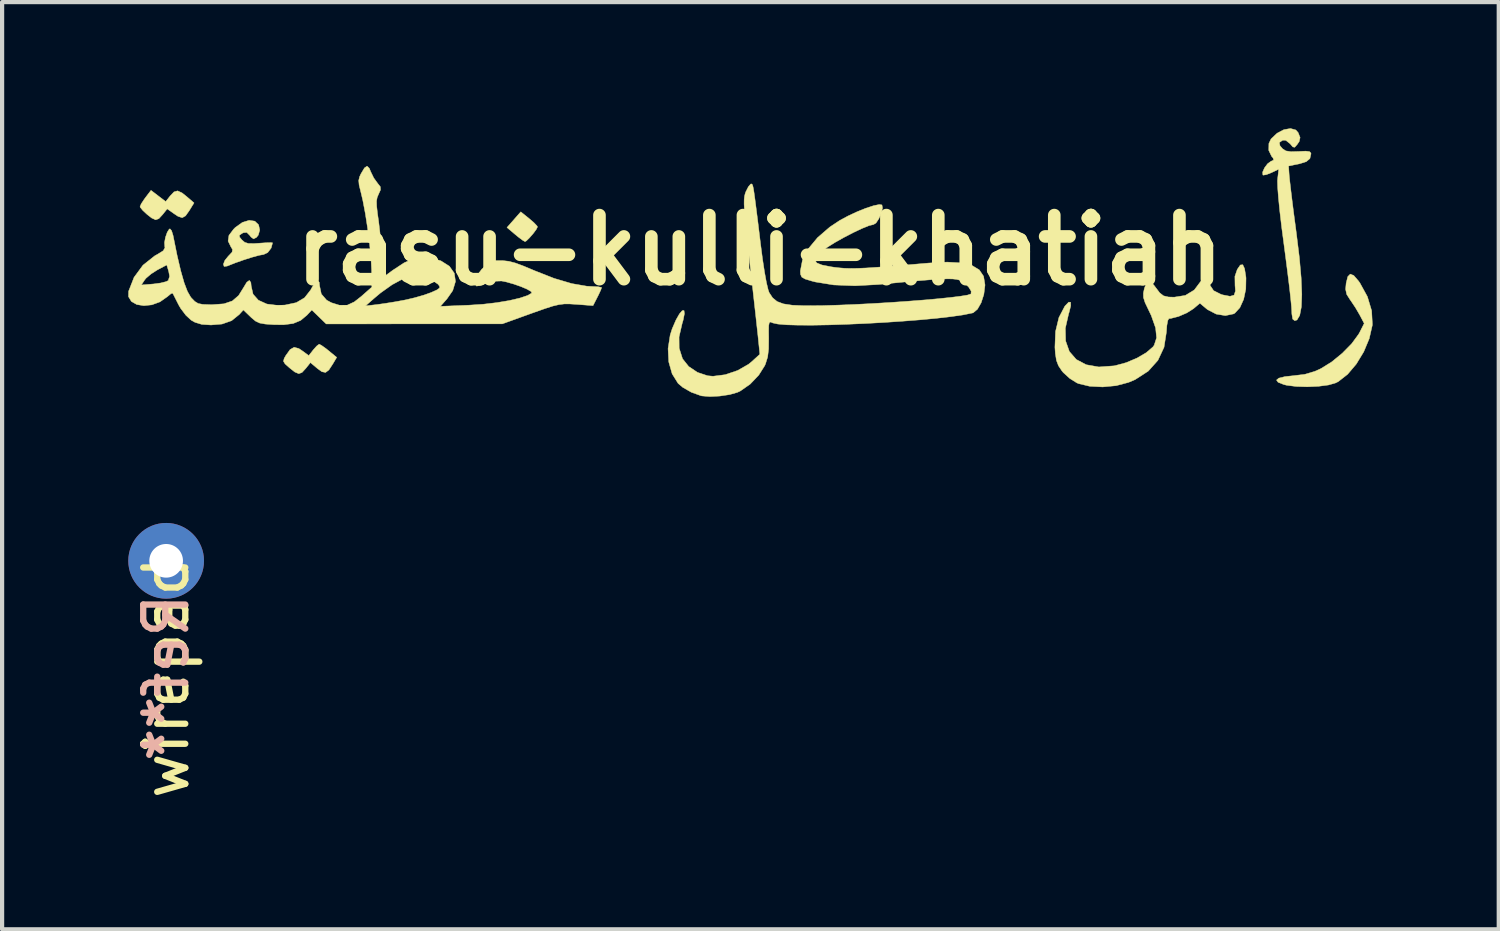
<source format=kicad_pcb>
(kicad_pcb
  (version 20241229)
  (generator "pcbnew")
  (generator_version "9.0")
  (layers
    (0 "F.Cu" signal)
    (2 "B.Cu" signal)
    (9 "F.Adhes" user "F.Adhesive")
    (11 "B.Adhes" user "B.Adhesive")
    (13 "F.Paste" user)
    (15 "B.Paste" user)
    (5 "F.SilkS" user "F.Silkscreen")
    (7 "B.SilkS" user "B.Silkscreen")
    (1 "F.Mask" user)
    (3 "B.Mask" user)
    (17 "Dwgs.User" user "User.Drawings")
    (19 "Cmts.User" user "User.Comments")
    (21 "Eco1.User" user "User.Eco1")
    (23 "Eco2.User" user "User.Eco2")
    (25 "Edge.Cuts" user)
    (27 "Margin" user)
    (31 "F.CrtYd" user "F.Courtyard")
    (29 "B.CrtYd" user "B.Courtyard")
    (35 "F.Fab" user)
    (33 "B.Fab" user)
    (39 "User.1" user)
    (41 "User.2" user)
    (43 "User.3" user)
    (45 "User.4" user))
  (footprint "wirepad"
    (layer "F.Cu")
    (at 0.9 10.283)
    (property "Reference" "wirepad" (at 0 2.778 90) (layer "F.SilkS") (effects (font (size 1 1) (thickness 0.15))))
    (attr through_hole)
    (fp_text user "Ref**" (at 0 2.778 90) (layer "B.SilkS") (effects (font (size 1 1) (thickness 0.15)) (justify mirror)))
    (pad "1" thru_hole circle (at 0 0) (size 1.8 1.8) (drill 0.8) (layers "*.Cu" "*.Mask")))
  (footprint "rasu-kulli-khatiah"
    (layer "F.Cu")
    (at 15.012 2.898)
    (property "Reference" "rasu-kulli-khatiah" (at 0 0 0) (layer "F.SilkS") (effects (font (size 1.524 1.524) (thickness 0.3))))
    (attr through_hole)
    (fp_poly (pts (xy -5.482 -0.752) (xy -5.368 -0.654) (xy -5.296 -0.578) (xy -5.283 -0.554) (xy -5.314 -0.492) (xy -5.387 -0.394) (xy -5.475 -0.293) (xy -5.55 -0.22) (xy -5.58 -0.204) (xy -5.635 -0.235) (xy -5.738 -0.312) (xy -5.811 -0.372) (xy -6.009 -0.539) (xy -5.681 -0.912) (xy -5.482 -0.752)) (stroke (width 0.01) (type solid)) (fill yes) (layer "F.SilkS"))
    (fp_poly (pts (xy -14.297 -1.289) (xy -14.122 -1.156) (xy -14.017 -1.289) (xy -13.925 -1.386) (xy -13.84 -1.411) (xy -13.734 -1.362) (xy -13.621 -1.272) (xy -13.449 -1.125) (xy -13.561 -0.943) (xy -13.651 -0.816) (xy -13.73 -0.772) (xy -13.83 -0.805) (xy -13.932 -0.873) (xy -14.087 -0.983) (xy -14.196 -0.847) (xy -14.285 -0.75) (xy -14.362 -0.722) (xy -14.456 -0.765) (xy -14.567 -0.852) (xy -14.67 -0.948) (xy -14.728 -1.021) (xy -14.732 -1.037) (xy -14.704 -1.103) (xy -14.632 -1.212) (xy -14.602 -1.253) (xy -14.472 -1.423) (xy -14.297 -1.289)) (stroke (width 0.01) (type solid)) (fill yes) (layer "F.SilkS"))
    (fp_poly (pts (xy -10.416 2.265) (xy -10.311 2.34) (xy -10.247 2.392) (xy -10.057 2.548) (xy -10.147 2.7) (xy -10.243 2.847) (xy -10.322 2.907) (xy -10.41 2.889) (xy -10.517 2.811) (xy -10.682 2.672) (xy -10.791 2.809) (xy -10.881 2.907) (xy -10.959 2.936) (xy -11.054 2.896) (xy -11.178 2.798) (xy -11.284 2.704) (xy -11.323 2.64) (xy -11.305 2.571) (xy -11.268 2.506) (xy -11.165 2.362) (xy -11.069 2.308) (xy -10.958 2.338) (xy -10.881 2.389) (xy -10.721 2.506) (xy -10.615 2.371) (xy -10.533 2.279) (xy -10.476 2.236) (xy -10.473 2.235) (xy -10.416 2.265)) (stroke (width 0.01) (type solid)) (fill yes) (layer "F.SilkS"))
    (fp_poly (pts (xy 14.123 0.602) (xy 14.236 0.733) (xy 14.268 0.778) (xy 14.447 1.104) (xy 14.548 1.44) (xy 14.565 1.761) (xy 14.563 1.788) (xy 14.491 2.102) (xy 14.36 2.416) (xy 14.183 2.707) (xy 13.976 2.951) (xy 13.755 3.124) (xy 13.691 3.156) (xy 13.521 3.205) (xy 13.285 3.236) (xy 13.018 3.248) (xy 12.754 3.24) (xy 12.527 3.211) (xy 12.459 3.194) (xy 12.324 3.14) (xy 12.286 3.088) (xy 12.341 3.042) (xy 12.485 3.006) (xy 12.671 2.986) (xy 12.956 2.952) (xy 13.196 2.881) (xy 13.342 2.815) (xy 13.597 2.657) (xy 13.85 2.45) (xy 14.074 2.222) (xy 14.239 1.997) (xy 14.266 1.948) (xy 14.371 1.741) (xy 14.267 1.544) (xy 14.166 1.37) (xy 14.053 1.201) (xy 14.036 1.178) (xy 13.955 1.05) (xy 13.929 0.928) (xy 13.942 0.784) (xy 13.981 0.628) (xy 14.04 0.568) (xy 14.123 0.602)) (stroke (width 0.01) (type solid)) (fill yes) (layer "F.SilkS"))
    (fp_poly (pts (xy -12.004 -0.69) (xy -11.914 -0.604) (xy -11.887 -0.479) (xy -11.921 -0.359) (xy -11.966 -0.303) (xy -12.034 -0.269) (xy -12.095 -0.313) (xy -12.121 -0.348) (xy -12.194 -0.422) (xy -12.274 -0.416) (xy -12.301 -0.403) (xy -12.37 -0.357) (xy -12.365 -0.31) (xy -12.311 -0.244) (xy -12.244 -0.187) (xy -12.158 -0.16) (xy -12.02 -0.158) (xy -11.9 -0.166) (xy -11.736 -0.177) (xy -11.621 -0.18) (xy -11.582 -0.175) (xy -11.616 -0.05) (xy -11.697 0.056) (xy -11.795 0.103) (xy -11.797 0.103) (xy -11.899 0.121) (xy -12.065 0.166) (xy -12.266 0.23) (xy -12.47 0.302) (xy -12.649 0.373) (xy -12.662 0.378) (xy -12.734 0.387) (xy -12.751 0.333) (xy -12.716 0.243) (xy -12.631 0.138) (xy -12.625 0.133) (xy -12.544 0.046) (xy -12.534 -0.017) (xy -12.573 -0.081) (xy -12.639 -0.217) (xy -12.619 -0.352) (xy -12.508 -0.5) (xy -12.468 -0.54) (xy -12.3 -0.66) (xy -12.139 -0.71) (xy -12.004 -0.69)) (stroke (width 0.01) (type solid)) (fill yes) (layer "F.SilkS"))
    (fp_poly (pts (xy 12.745 -2.858) (xy 12.8 -2.797) (xy 12.847 -2.679) (xy 12.826 -2.584) (xy 12.777 -2.512) (xy 12.719 -2.447) (xy 12.673 -2.455) (xy 12.61 -2.53) (xy 12.505 -2.614) (xy 12.431 -2.613) (xy 12.354 -2.56) (xy 12.368 -2.484) (xy 12.43 -2.411) (xy 12.508 -2.361) (xy 12.629 -2.342) (xy 12.811 -2.347) (xy 12.98 -2.355) (xy 13.071 -2.344) (xy 13.104 -2.309) (xy 13.106 -2.289) (xy 13.08 -2.178) (xy 12.994 -2.105) (xy 12.829 -2.053) (xy 12.802 -2.048) (xy 12.573 -2.002) (xy 12.588 -1.776) (xy 12.6 -1.659) (xy 12.623 -1.461) (xy 12.655 -1.197) (xy 12.694 -0.888) (xy 12.739 -0.55) (xy 12.758 -0.406) (xy 12.829 0.171) (xy 12.872 0.656) (xy 12.888 1.049) (xy 12.877 1.348) (xy 12.838 1.551) (xy 12.773 1.659) (xy 12.72 1.676) (xy 12.671 1.638) (xy 12.651 1.516) (xy 12.649 1.453) (xy 12.642 1.343) (xy 12.623 1.148) (xy 12.594 0.885) (xy 12.555 0.57) (xy 12.51 0.219) (xy 12.467 -0.109) (xy 12.41 -0.54) (xy 12.365 -0.921) (xy 12.333 -1.241) (xy 12.314 -1.488) (xy 12.309 -1.651) (xy 12.312 -1.687) (xy 12.339 -1.926) (xy 12.165 -1.843) (xy 12.046 -1.796) (xy 11.97 -1.784) (xy 11.962 -1.788) (xy 11.956 -1.855) (xy 12.001 -1.957) (xy 12.074 -2.055) (xy 12.152 -2.112) (xy 12.153 -2.112) (xy 12.219 -2.143) (xy 12.204 -2.192) (xy 12.17 -2.231) (xy 12.102 -2.373) (xy 12.105 -2.537) (xy 12.156 -2.644) (xy 12.299 -2.78) (xy 12.461 -2.865) (xy 12.618 -2.893) (xy 12.745 -2.858)) (stroke (width 0.01) (type solid)) (fill yes) (layer "F.SilkS"))
    (fp_poly (pts (xy 11.527 0.438) (xy 11.558 0.631) (xy 11.561 0.666) (xy 11.556 0.926) (xy 11.505 1.168) (xy 11.415 1.367) (xy 11.296 1.496) (xy 11.266 1.514) (xy 11.07 1.555) (xy 10.852 1.519) (xy 10.646 1.412) (xy 10.614 1.386) (xy 10.465 1.261) (xy 10.311 1.391) (xy 10.153 1.491) (xy 9.958 1.575) (xy 9.775 1.622) (xy 9.728 1.626) (xy 9.701 1.673) (xy 9.679 1.794) (xy 9.668 1.951) (xy 9.612 2.308) (xy 9.467 2.618) (xy 9.237 2.875) (xy 8.926 3.076) (xy 8.768 3.143) (xy 8.474 3.221) (xy 8.154 3.251) (xy 7.844 3.235) (xy 7.58 3.172) (xy 7.538 3.154) (xy 7.372 3.05) (xy 7.217 2.909) (xy 7.183 2.868) (xy 7.102 2.746) (xy 7.054 2.62) (xy 7.028 2.454) (xy 7.018 2.307) (xy 7.033 1.932) (xy 7.113 1.601) (xy 7.252 1.334) (xy 7.262 1.322) (xy 7.346 1.235) (xy 7.391 1.238) (xy 7.394 1.323) (xy 7.354 1.483) (xy 7.346 1.505) (xy 7.266 1.855) (xy 7.273 2.158) (xy 7.361 2.408) (xy 7.526 2.598) (xy 7.762 2.723) (xy 8.062 2.776) (xy 8.422 2.75) (xy 8.452 2.744) (xy 8.714 2.673) (xy 8.969 2.565) (xy 9.19 2.436) (xy 9.347 2.301) (xy 9.378 2.259) (xy 9.435 2.083) (xy 9.412 1.849) (xy 9.309 1.555) (xy 9.243 1.417) (xy 9.161 1.245) (xy 9.123 1.125) (xy 9.121 1.021) (xy 9.144 0.913) (xy 9.188 0.787) (xy 9.232 0.717) (xy 9.244 0.711) (xy 9.299 0.749) (xy 9.381 0.844) (xy 9.405 0.876) (xy 9.509 1.014) (xy 9.6 1.085) (xy 9.719 1.113) (xy 9.855 1.117) (xy 10.119 1.075) (xy 10.331 0.946) (xy 10.494 0.729) (xy 10.513 0.691) (xy 10.584 0.558) (xy 10.643 0.473) (xy 10.664 0.457) (xy 10.729 0.489) (xy 10.734 0.592) (xy 10.715 0.674) (xy 10.707 0.837) (xy 10.791 0.962) (xy 10.969 1.051) (xy 11.01 1.063) (xy 11.181 1.096) (xy 11.278 1.068) (xy 11.31 0.97) (xy 11.3 0.839) (xy 11.297 0.622) (xy 11.353 0.458) (xy 11.426 0.352) (xy 11.484 0.346) (xy 11.527 0.438)) (stroke (width 0.01) (type solid)) (fill yes) (layer "F.SilkS"))
    (fp_poly (pts (xy -0.191 -1.574) (xy -0.178 -1.563) (xy -0.165 -1.531) (xy -0.151 -1.468) (xy -0.134 -1.362) (xy -0.112 -1.203) (xy -0.083 -0.979) (xy -0.045 -0.68) (xy 0.002 -0.294) (xy 0.02 -0.147) (xy 0.067 0.213) (xy 0.115 0.525) (xy 0.16 0.772) (xy 0.201 0.943) (xy 0.224 1.008) (xy 0.306 1.132) (xy 0.413 1.22) (xy 0.563 1.276) (xy 0.774 1.308) (xy 1.062 1.32) (xy 1.179 1.32) (xy 1.5 1.317) (xy 1.865 1.306) (xy 2.26 1.29) (xy 2.672 1.269) (xy 3.088 1.244) (xy 3.496 1.216) (xy 3.881 1.186) (xy 4.232 1.155) (xy 4.534 1.124) (xy 4.775 1.094) (xy 4.941 1.067) (xy 5.02 1.041) (xy 5.023 1.04) (xy 5.027 0.974) (xy 4.969 0.879) (xy 4.874 0.784) (xy 4.764 0.717) (xy 4.746 0.71) (xy 4.68 0.694) (xy 4.592 0.684) (xy 4.471 0.681) (xy 4.308 0.687) (xy 4.09 0.7) (xy 3.807 0.723) (xy 3.449 0.755) (xy 3.005 0.798) (xy 2.819 0.816) (xy 2.265 0.846) (xy 1.759 0.826) (xy 1.321 0.755) (xy 1.232 0.732) (xy 1.078 0.685) (xy 0.999 0.639) (xy 0.97 0.574) (xy 0.966 0.494) (xy 1.016 0.234) (xy 1.156 -0.035) (xy 1.376 -0.3) (xy 1.667 -0.551) (xy 1.899 -0.705) (xy 2.098 -0.813) (xy 2.313 -0.913) (xy 2.523 -0.998) (xy 2.707 -1.058) (xy 2.843 -1.086) (xy 2.906 -1.076) (xy 2.919 -1.001) (xy 2.89 -0.88) (xy 2.833 -0.75) (xy 2.765 -0.647) (xy 2.705 -0.61) (xy 2.601 -0.585) (xy 2.433 -0.517) (xy 2.227 -0.42) (xy 2.005 -0.305) (xy 1.791 -0.185) (xy 1.609 -0.071) (xy 1.482 0.024) (xy 1.478 0.027) (xy 1.36 0.147) (xy 1.316 0.237) (xy 1.354 0.302) (xy 1.479 0.352) (xy 1.697 0.395) (xy 1.772 0.406) (xy 1.892 0.42) (xy 2.015 0.43) (xy 2.155 0.434) (xy 2.322 0.432) (xy 2.53 0.423) (xy 2.79 0.406) (xy 3.114 0.382) (xy 3.514 0.349) (xy 4.003 0.307) (xy 4.028 0.305) (xy 4.455 0.283) (xy 4.792 0.302) (xy 5.046 0.363) (xy 5.22 0.468) (xy 5.322 0.62) (xy 5.355 0.82) (xy 5.355 0.839) (xy 5.328 1.053) (xy 5.264 1.25) (xy 5.176 1.404) (xy 5.075 1.488) (xy 5.061 1.492) (xy 4.846 1.536) (xy 4.558 1.578) (xy 4.213 1.618) (xy 3.821 1.655) (xy 3.398 1.688) (xy 2.956 1.718) (xy 2.507 1.743) (xy 2.066 1.762) (xy 1.646 1.776) (xy 1.259 1.783) (xy 0.919 1.782) (xy 0.639 1.774) (xy 0.432 1.756) (xy 0.311 1.73) (xy 0.303 1.726) (xy 0.256 1.707) (xy 0.227 1.724) (xy 0.214 1.793) (xy 0.212 1.934) (xy 0.214 2.094) (xy 0.211 2.349) (xy 0.188 2.539) (xy 0.138 2.7) (xy 0.12 2.743) (xy -0.024 2.971) (xy -0.227 3.184) (xy -0.456 3.344) (xy -0.53 3.38) (xy -0.716 3.433) (xy -0.949 3.468) (xy -1.183 3.48) (xy -1.373 3.465) (xy -1.397 3.46) (xy -1.627 3.377) (xy -1.831 3.26) (xy -1.941 3.166) (xy -2.082 2.94) (xy -2.163 2.656) (xy -2.179 2.34) (xy -2.129 2.017) (xy -2.082 1.869) (xy -1.991 1.659) (xy -1.908 1.513) (xy -1.842 1.437) (xy -1.8 1.434) (xy -1.79 1.508) (xy -1.821 1.664) (xy -1.845 1.745) (xy -1.918 2.062) (xy -1.915 2.331) (xy -1.838 2.573) (xy -1.831 2.587) (xy -1.688 2.766) (xy -1.48 2.905) (xy -1.24 2.985) (xy -1.111 2.997) (xy -0.82 2.96) (xy -0.523 2.859) (xy -0.266 2.712) (xy -0.198 2.657) (xy 0.003 2.474) (xy -0.029 2.164) (xy -0.042 2.035) (xy -0.066 1.82) (xy -0.097 1.536) (xy -0.135 1.198) (xy -0.177 0.823) (xy -0.222 0.425) (xy -0.233 0.323) (xy -0.282 -0.115) (xy -0.32 -0.463) (xy -0.346 -0.734) (xy -0.363 -0.94) (xy -0.371 -1.093) (xy -0.37 -1.204) (xy -0.361 -1.286) (xy -0.345 -1.35) (xy -0.329 -1.392) (xy -0.27 -1.508) (xy -0.216 -1.571) (xy -0.206 -1.575) (xy -0.191 -1.574)) (stroke (width 0.01) (type solid)) (fill yes) (layer "F.SilkS"))
    (fp_poly (pts (xy -9.282 -1.947) (xy -9.25 -1.869) (xy -9.176 -1.717) (xy -9.088 -1.595) (xy -9.02 -1.509) (xy -9.016 -1.433) (xy -9.06 -1.336) (xy -9.094 -1.257) (xy -9.11 -1.169) (xy -9.107 -1.048) (xy -9.087 -0.87) (xy -9.06 -0.683) (xy -9.027 -0.402) (xy -9.006 -0.096) (xy -8.999 0.182) (xy -9.001 0.257) (xy -9.017 0.692) (xy -8.724 0.477) (xy -8.451 0.298) (xy -8.214 0.195) (xy -7.993 0.163) (xy -7.863 0.174) (xy -7.58 0.253) (xy -7.378 0.381) (xy -7.261 0.548) (xy -7.233 0.744) (xy -7.299 0.961) (xy -7.435 1.156) (xy -7.592 1.335) (xy -6.908 1.307) (xy -6.575 1.285) (xy -6.251 1.247) (xy -5.953 1.197) (xy -5.701 1.138) (xy -5.514 1.075) (xy -5.418 1.018) (xy -5.437 0.981) (xy -5.531 0.927) (xy -5.676 0.865) (xy -5.848 0.805) (xy -6.024 0.755) (xy -6.137 0.732) (xy -6.392 0.741) (xy -6.524 0.783) (xy -6.663 0.839) (xy -6.731 0.854) (xy -6.754 0.821) (xy -6.756 0.736) (xy -6.756 0.732) (xy -6.714 0.594) (xy -6.606 0.449) (xy -6.463 0.327) (xy -6.315 0.256) (xy -6.266 0.248) (xy -6.109 0.248) (xy -5.966 0.264) (xy -5.812 0.304) (xy -5.62 0.375) (xy -5.363 0.483) (xy -5.356 0.486) (xy -4.888 0.67) (xy -4.469 0.794) (xy -4.11 0.856) (xy -3.975 0.863) (xy -3.843 0.869) (xy -3.767 0.884) (xy -3.759 0.891) (xy -3.78 0.949) (xy -3.833 1.063) (xy -3.861 1.118) (xy -3.963 1.318) (xy -4.356 1.288) (xy -4.516 1.278) (xy -4.648 1.278) (xy -4.775 1.294) (xy -4.922 1.329) (xy -5.111 1.39) (xy -5.366 1.48) (xy -5.436 1.505) (xy -6.121 1.752) (xy -8.214 1.752) (xy -10.307 1.753) (xy -10.649 1.421) (xy -10.765 1.545) (xy -10.915 1.67) (xy -11.092 1.743) (xy -11.322 1.773) (xy -11.554 1.77) (xy -11.756 1.756) (xy -11.889 1.732) (xy -11.987 1.686) (xy -12.081 1.608) (xy -12.105 1.585) (xy -12.276 1.42) (xy -12.373 1.528) (xy -12.556 1.676) (xy -12.784 1.756) (xy -13.046 1.778) (xy -13.264 1.764) (xy -13.426 1.715) (xy -13.518 1.663) (xy -13.643 1.547) (xy -13.767 1.383) (xy -13.801 1.324) (xy -9.373 1.324) (xy -9.093 1.292) (xy -8.896 1.264) (xy -8.654 1.225) (xy -8.433 1.184) (xy -8.205 1.131) (xy -7.979 1.066) (xy -7.809 1.005) (xy -7.67 0.942) (xy -7.61 0.897) (xy -7.614 0.853) (xy -7.65 0.808) (xy -7.804 0.701) (xy -8.014 0.634) (xy -8.242 0.62) (xy -8.287 0.624) (xy -8.493 0.687) (xy -8.741 0.821) (xy -9.015 1.016) (xy -9.169 1.145) (xy -9.373 1.324) (xy -13.801 1.324) (xy -13.818 1.294) (xy -13.89 1.152) (xy -13.941 1.051) (xy -13.958 1.02) (xy -13.999 1.035) (xy -14.08 1.102) (xy -14.085 1.106) (xy -14.26 1.229) (xy -14.452 1.299) (xy -14.642 1.319) (xy -14.81 1.292) (xy -14.938 1.219) (xy -15.007 1.105) (xy -15.005 0.977) (xy -14.946 0.827) (xy -14.703 0.827) (xy -14.411 0.803) (xy -14.242 0.78) (xy -14.111 0.747) (xy -14.062 0.722) (xy -14.03 0.622) (xy -14.051 0.507) (xy -14.097 0.35) (xy -14.32 0.468) (xy -14.47 0.564) (xy -14.591 0.667) (xy -14.623 0.707) (xy -14.703 0.827) (xy -14.946 0.827) (xy -14.875 0.645) (xy -14.663 0.357) (xy -14.384 0.135) (xy -14.309 0.093) (xy -14.18 0.012) (xy -14.14 -0.061) (xy -14.145 -0.087) (xy -14.151 -0.18) (xy -14.128 -0.306) (xy -14.086 -0.426) (xy -14.039 -0.5) (xy -14.021 -0.508) (xy -13.983 -0.464) (xy -13.949 -0.356) (xy -13.946 -0.343) (xy -13.852 0.121) (xy -13.765 0.491) (xy -13.684 0.775) (xy -13.606 0.98) (xy -13.529 1.114) (xy -13.512 1.135) (xy -13.429 1.22) (xy -13.349 1.268) (xy -13.24 1.289) (xy -13.07 1.295) (xy -13.012 1.295) (xy -12.739 1.275) (xy -12.539 1.207) (xy -12.389 1.078) (xy -12.277 0.898) (xy -12.195 0.762) (xy -12.133 0.718) (xy -12.098 0.768) (xy -12.09 0.852) (xy -12.046 1.045) (xy -11.919 1.189) (xy -11.718 1.28) (xy -11.452 1.313) (xy -11.286 1.304) (xy -11.018 1.247) (xy -10.821 1.131) (xy -10.675 0.944) (xy -10.651 0.898) (xy -10.569 0.763) (xy -10.508 0.717) (xy -10.472 0.764) (xy -10.465 0.842) (xy -10.423 1.041) (xy -10.297 1.187) (xy -10.183 1.249) (xy -9.98 1.312) (xy -9.809 1.308) (xy -9.639 1.229) (xy -9.473 1.099) (xy -9.221 0.877) (xy -9.227 0.476) (xy -9.242 0.195) (xy -9.275 -0.146) (xy -9.321 -0.511) (xy -9.376 -0.868) (xy -9.436 -1.183) (xy -9.482 -1.378) (xy -9.524 -1.547) (xy -9.534 -1.658) (xy -9.512 -1.749) (xy -9.479 -1.819) (xy -9.397 -1.956) (xy -9.335 -1.998) (xy -9.282 -1.947)) (stroke (width 0.01) (type solid)) (fill yes) (layer "F.SilkS")))
  (gr_rect
    (start -3 -3)
    (end 32.582 19.043)
    (stroke (width 0.1) (type default))
    (fill no)
    (layer "Edge.Cuts")))
</source>
